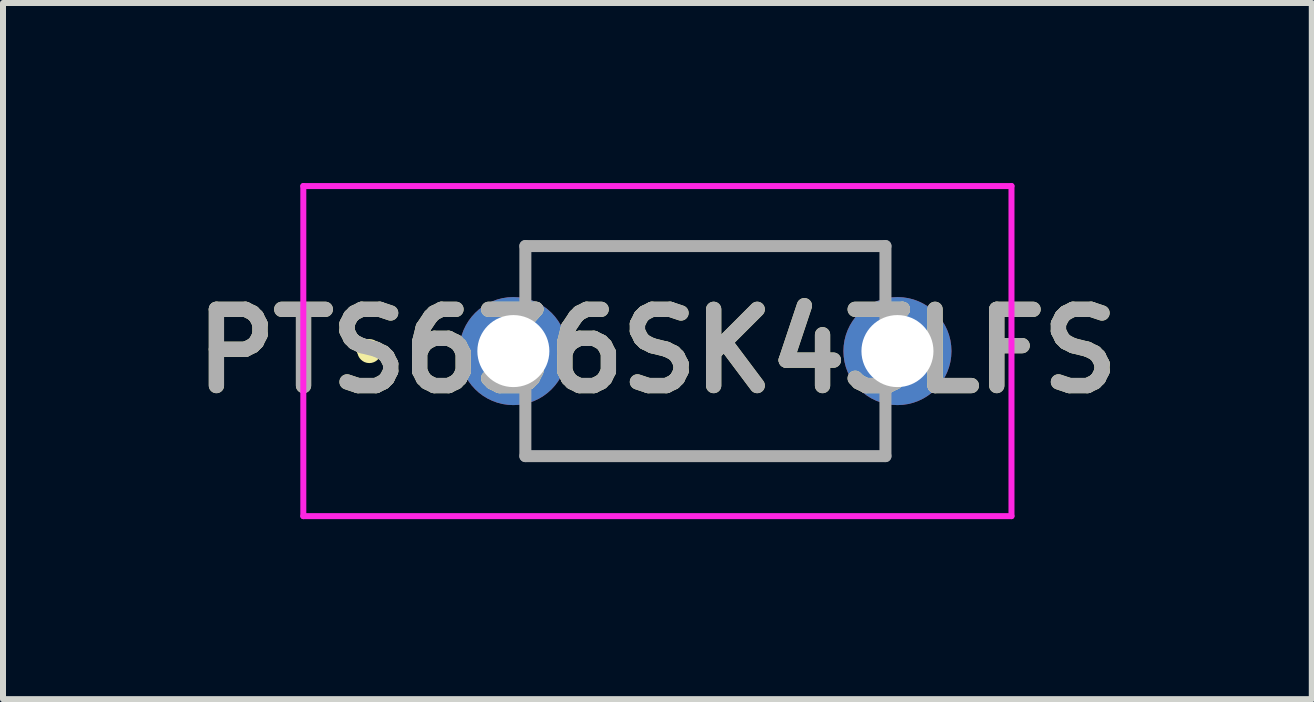
<source format=kicad_pcb>
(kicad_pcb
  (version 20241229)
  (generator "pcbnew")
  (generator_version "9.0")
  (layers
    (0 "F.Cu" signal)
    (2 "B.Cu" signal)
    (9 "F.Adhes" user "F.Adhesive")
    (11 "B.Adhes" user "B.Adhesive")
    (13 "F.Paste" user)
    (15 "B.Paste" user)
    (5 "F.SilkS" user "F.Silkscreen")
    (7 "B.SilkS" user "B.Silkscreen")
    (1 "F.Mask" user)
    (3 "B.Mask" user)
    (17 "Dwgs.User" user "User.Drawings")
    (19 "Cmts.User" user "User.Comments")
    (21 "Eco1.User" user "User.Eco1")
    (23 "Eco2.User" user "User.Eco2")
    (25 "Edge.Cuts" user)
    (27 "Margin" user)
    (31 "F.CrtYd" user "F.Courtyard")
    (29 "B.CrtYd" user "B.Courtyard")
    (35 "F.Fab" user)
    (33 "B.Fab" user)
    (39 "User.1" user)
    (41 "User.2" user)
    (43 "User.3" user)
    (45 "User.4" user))
  (footprint "PTS636SK43LFS"
    (layer "F.Cu")
    (at 5.504 2.8)
    (property "Reference" "PTS636SK43LFS" (at 2.4 0 0) (layer "F.SilkS") (effects (font (size 1.27 1.27) (thickness 0.254))))
    (attr through_hole)
    (fp_line (start -2.5 0) (end -2.5 0) (stroke (width 0.2) (type solid)) (layer "F.SilkS"))
    (fp_line (start -2.3 0) (end -2.3 0) (stroke (width 0.2) (type solid)) (layer "F.SilkS"))
    (fp_line (start 0.2 -1.75) (end 6.2 -1.75) (stroke (width 0.1) (type solid)) (layer "F.SilkS"))
    (fp_line (start 0.2 1.75) (end 6.2 1.75) (stroke (width 0.1) (type solid)) (layer "F.SilkS"))
    (fp_arc (start -2.5 0) (mid -2.4 -0.1) (end -2.3 0) (stroke (width 0.2) (type solid)) (layer "F.SilkS"))
    (fp_arc (start -2.3 0) (mid -2.4 0.1) (end -2.5 0) (stroke (width 0.2) (type solid)) (layer "F.SilkS"))
    (fp_line (start -3.5 -2.75) (end 8.3 -2.75) (stroke (width 0.1) (type solid)) (layer "F.CrtYd"))
    (fp_line (start -3.5 2.75) (end -3.5 -2.75) (stroke (width 0.1) (type solid)) (layer "F.CrtYd"))
    (fp_line (start 8.3 -2.75) (end 8.3 2.75) (stroke (width 0.1) (type solid)) (layer "F.CrtYd"))
    (fp_line (start 8.3 2.75) (end -3.5 2.75) (stroke (width 0.1) (type solid)) (layer "F.CrtYd"))
    (fp_line (start 0.2 -1.75) (end 6.2 -1.75) (stroke (width 0.2) (type solid)) (layer "F.Fab"))
    (fp_line (start 0.2 1.75) (end 0.2 -1.75) (stroke (width 0.2) (type solid)) (layer "F.Fab"))
    (fp_line (start 6.2 -1.75) (end 6.2 1.75) (stroke (width 0.2) (type solid)) (layer "F.Fab"))
    (fp_line (start 6.2 1.75) (end 0.2 1.75) (stroke (width 0.2) (type solid)) (layer "F.Fab"))
    (fp_text user "${REFERENCE}" (at 2.4 0 0) (layer "F.Fab") (effects (font (size 1.27 1.27) (thickness 0.254))))
    (pad "1" thru_hole circle (at 0 0) (size 1.8 1.8) (drill 1.2) (layers "*.Cu" "*.Mask"))
    (pad "2" thru_hole circle (at 6.4 0) (size 1.8 1.8) (drill 1.2) (layers "*.Cu" "*.Mask")))
  (gr_rect
    (start -3 -3)
    (end 18.808 8.6)
    (stroke (width 0.1) (type default))
    (fill no)
    (layer "Edge.Cuts")))
</source>
